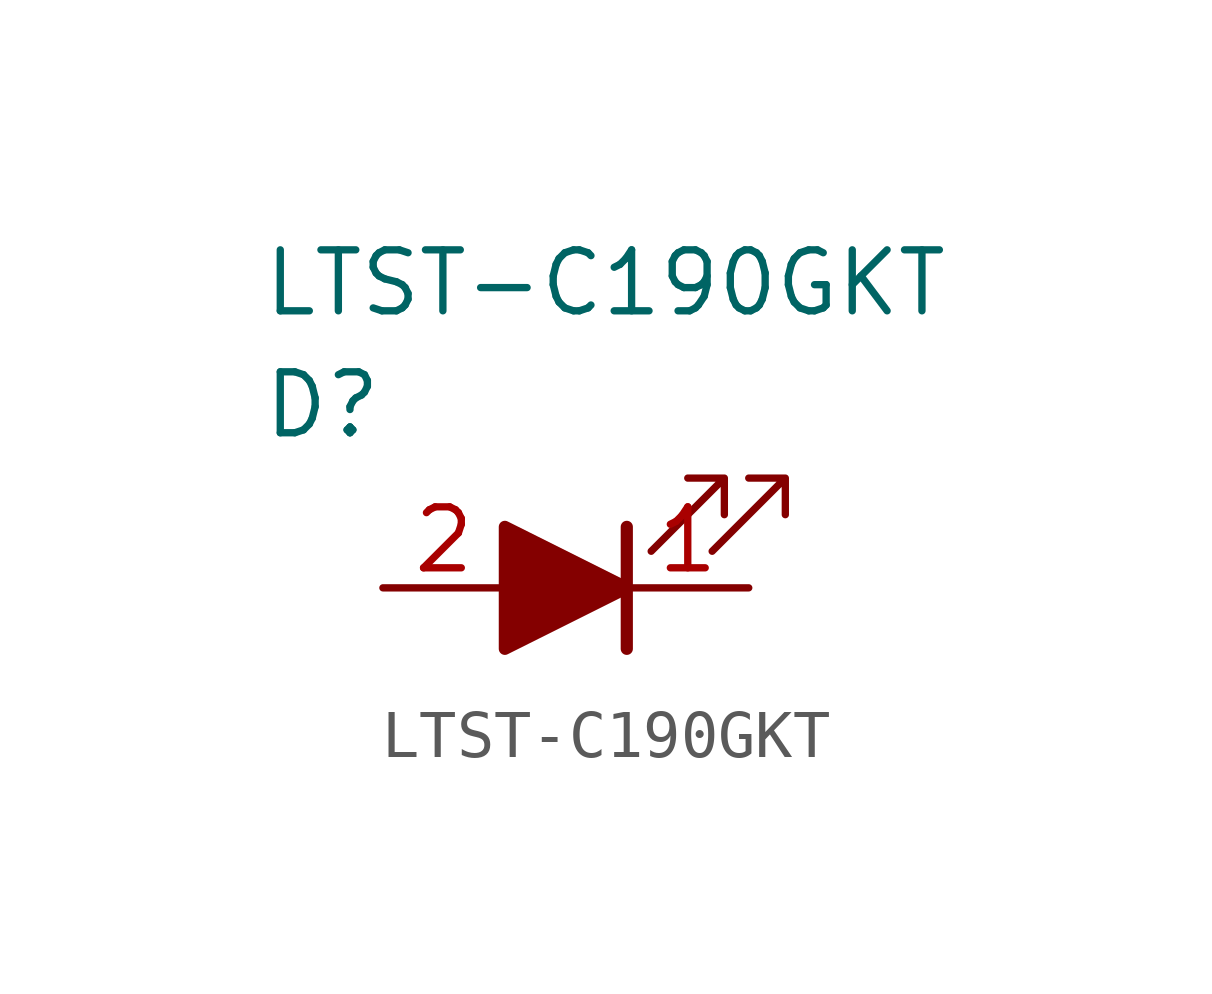
<source format=kicad_sym>
(kicad_symbol_lib
  (version 20220914)
  (generator kicad_symbol_editor)
  (symbol "LTST-C190GKT"
    (pin_names
      (offset 1.016))
    (property "Reference" "D"
      (at 0 10.16 0)
      (effects (font (size 1.27 1.27)) (justify left)))
    (property "Value" "LTST-C190GKT"
      (at 0 12.7 0)
      (effects (font (size 1.27 1.27)) (justify left)))
    (property "ki_locked" ""
      (at 0 0 0)
      (effects (font (size 1.27 1.27))))
    (symbol "LTST-C190GKT_0_1"
      (polyline (pts (xy 7.62 6.35) (xy 5.08 6.35)) (stroke (width 0) (type default)) (fill (type none)))
      (polyline (pts (xy 7.62 7.62) (xy 7.62 5.08)) (stroke (width 0.254) (type default)) (fill (type none)))
      (polyline (pts (xy 5.08 7.62) (xy 5.08 5.08) (xy 7.62 6.35) (xy 5.08 7.62)) (stroke (width 0.254) (type default)) (fill (type outline)))
      (polyline (pts (xy 8.128 7.112) (xy 9.652 8.636) (xy 8.89 8.636) (xy 9.652 8.636) (xy 9.652 7.874)) (stroke (width 0) (type default)) (fill (type none)))
      (polyline (pts (xy 9.398 7.112) (xy 10.922 8.636) (xy 10.16 8.636) (xy 10.922 8.636) (xy 10.922 7.874)) (stroke (width 0) (type default)) (fill (type none))))
    (symbol "LTST-C190GKT_1_1"
      (pin passive line (at 10.16 6.35 180) (length 2.54) (name "" (effects (font (size 1.27 1.27)))) (number "1" (effects (font (size 1.27 1.27)))))
      (pin passive line (at 2.54 6.35 0) (length 2.54) (name "" (effects (font (size 1.27 1.27)))) (number "2" (effects (font (size 1.27 1.27))))))))
</source>
